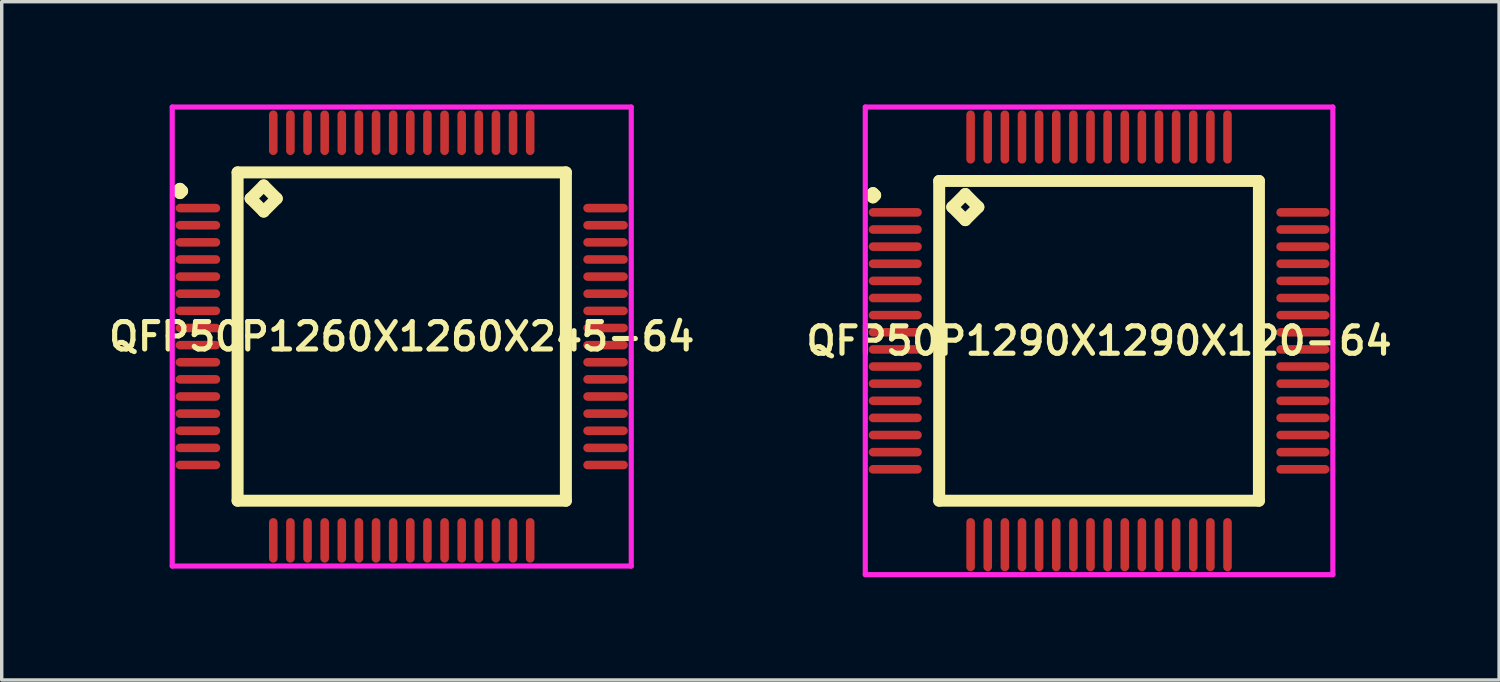
<source format=kicad_pcb>
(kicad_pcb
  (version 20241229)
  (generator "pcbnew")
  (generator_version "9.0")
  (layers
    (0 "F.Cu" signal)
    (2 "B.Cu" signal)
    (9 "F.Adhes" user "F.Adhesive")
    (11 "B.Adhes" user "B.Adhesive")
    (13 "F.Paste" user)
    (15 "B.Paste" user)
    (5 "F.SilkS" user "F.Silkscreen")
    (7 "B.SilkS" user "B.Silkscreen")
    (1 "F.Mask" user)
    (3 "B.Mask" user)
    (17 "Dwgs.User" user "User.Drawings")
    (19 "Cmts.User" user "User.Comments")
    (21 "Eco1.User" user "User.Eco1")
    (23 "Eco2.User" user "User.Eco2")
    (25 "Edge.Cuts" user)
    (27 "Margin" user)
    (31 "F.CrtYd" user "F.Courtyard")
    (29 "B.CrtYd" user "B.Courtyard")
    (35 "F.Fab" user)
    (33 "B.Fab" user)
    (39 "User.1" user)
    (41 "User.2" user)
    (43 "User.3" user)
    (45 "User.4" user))
  (footprint "QFP50P1260X1260X245-64"
    (layer "F.Cu")
    (at 8.678 6.775)
    (property "Reference" "QFP50P1260X1260X245-64" (at 0 0 0) (layer "F.SilkS") (effects (font (size 0.8 0.8) (thickness 0.15))))
    (attr smd)
    (fp_line (start -6.537 -4.25) (end -6.475 -4.312) (stroke (width 0.35) (type solid)) (layer "F.SilkS"))
    (fp_line (start -6.475 -4.312) (end -6.412 -4.25) (stroke (width 0.35) (type solid)) (layer "F.SilkS"))
    (fp_line (start -6.475 -4.188) (end -6.537 -4.25) (stroke (width 0.35) (type solid)) (layer "F.SilkS"))
    (fp_line (start -6.412 -4.25) (end -6.475 -4.188) (stroke (width 0.35) (type solid)) (layer "F.SilkS"))
    (fp_line (start -4.792 -4.792) (end -4.792 4.792) (stroke (width 0.35) (type solid)) (layer "F.SilkS"))
    (fp_line (start -4.792 4.792) (end 4.792 4.792) (stroke (width 0.35) (type solid)) (layer "F.SilkS"))
    (fp_line (start -4.411 -4.03) (end -4.03 -4.411) (stroke (width 0.35) (type solid)) (layer "F.SilkS"))
    (fp_line (start -4.03 -4.411) (end -3.649 -4.03) (stroke (width 0.35) (type solid)) (layer "F.SilkS"))
    (fp_line (start -4.03 -3.649) (end -4.411 -4.03) (stroke (width 0.35) (type solid)) (layer "F.SilkS"))
    (fp_line (start -3.649 -4.03) (end -4.03 -3.649) (stroke (width 0.35) (type solid)) (layer "F.SilkS"))
    (fp_line (start 4.792 -4.792) (end -4.792 -4.792) (stroke (width 0.35) (type solid)) (layer "F.SilkS"))
    (fp_line (start 4.792 4.792) (end 4.792 -4.792) (stroke (width 0.35) (type solid)) (layer "F.SilkS"))
    (fp_line (start -6.7 -6.7) (end 6.7 -6.7) (stroke (width 0.15) (type solid)) (layer "F.CrtYd"))
    (fp_line (start -6.7 6.7) (end -6.7 -6.7) (stroke (width 0.15) (type solid)) (layer "F.CrtYd"))
    (fp_line (start 6.7 -6.7) (end 6.7 6.7) (stroke (width 0.15) (type solid)) (layer "F.CrtYd"))
    (fp_line (start 6.7 6.7) (end -6.7 6.7) (stroke (width 0.15) (type solid)) (layer "F.CrtYd"))
    (pad "1" smd oval (at -5.95 -3.75) (size 1.3 0.25) (layers "F.Cu" "F.Mask" "F.Paste"))
    (pad "2" smd oval (at -5.95 -3.25) (size 1.3 0.25) (layers "F.Cu" "F.Mask" "F.Paste"))
    (pad "3" smd oval (at -5.95 -2.75) (size 1.3 0.25) (layers "F.Cu" "F.Mask" "F.Paste"))
    (pad "4" smd oval (at -5.95 -2.25) (size 1.3 0.25) (layers "F.Cu" "F.Mask" "F.Paste"))
    (pad "5" smd oval (at -5.95 -1.75) (size 1.3 0.25) (layers "F.Cu" "F.Mask" "F.Paste"))
    (pad "6" smd oval (at -5.95 -1.25) (size 1.3 0.25) (layers "F.Cu" "F.Mask" "F.Paste"))
    (pad "7" smd oval (at -5.95 -0.75) (size 1.3 0.25) (layers "F.Cu" "F.Mask" "F.Paste"))
    (pad "8" smd oval (at -5.95 -0.25) (size 1.3 0.25) (layers "F.Cu" "F.Mask" "F.Paste"))
    (pad "9" smd oval (at -5.95 0.25) (size 1.3 0.25) (layers "F.Cu" "F.Mask" "F.Paste"))
    (pad "10" smd oval (at -5.95 0.75) (size 1.3 0.25) (layers "F.Cu" "F.Mask" "F.Paste"))
    (pad "11" smd oval (at -5.95 1.25) (size 1.3 0.25) (layers "F.Cu" "F.Mask" "F.Paste"))
    (pad "12" smd oval (at -5.95 1.75) (size 1.3 0.25) (layers "F.Cu" "F.Mask" "F.Paste"))
    (pad "13" smd oval (at -5.95 2.25) (size 1.3 0.25) (layers "F.Cu" "F.Mask" "F.Paste"))
    (pad "14" smd oval (at -5.95 2.75) (size 1.3 0.25) (layers "F.Cu" "F.Mask" "F.Paste"))
    (pad "15" smd oval (at -5.95 3.25) (size 1.3 0.25) (layers "F.Cu" "F.Mask" "F.Paste"))
    (pad "16" smd oval (at -5.95 3.75) (size 1.3 0.25) (layers "F.Cu" "F.Mask" "F.Paste"))
    (pad "17" smd oval (at -3.75 5.95) (size 0.25 1.3) (layers "F.Cu" "F.Mask" "F.Paste"))
    (pad "18" smd oval (at -3.25 5.95) (size 0.25 1.3) (layers "F.Cu" "F.Mask" "F.Paste"))
    (pad "19" smd oval (at -2.75 5.95) (size 0.25 1.3) (layers "F.Cu" "F.Mask" "F.Paste"))
    (pad "20" smd oval (at -2.25 5.95) (size 0.25 1.3) (layers "F.Cu" "F.Mask" "F.Paste"))
    (pad "21" smd oval (at -1.75 5.95) (size 0.25 1.3) (layers "F.Cu" "F.Mask" "F.Paste"))
    (pad "22" smd oval (at -1.25 5.95) (size 0.25 1.3) (layers "F.Cu" "F.Mask" "F.Paste"))
    (pad "23" smd oval (at -0.75 5.95) (size 0.25 1.3) (layers "F.Cu" "F.Mask" "F.Paste"))
    (pad "24" smd oval (at -0.25 5.95) (size 0.25 1.3) (layers "F.Cu" "F.Mask" "F.Paste"))
    (pad "25" smd oval (at 0.25 5.95) (size 0.25 1.3) (layers "F.Cu" "F.Mask" "F.Paste"))
    (pad "26" smd oval (at 0.75 5.95) (size 0.25 1.3) (layers "F.Cu" "F.Mask" "F.Paste"))
    (pad "27" smd oval (at 1.25 5.95) (size 0.25 1.3) (layers "F.Cu" "F.Mask" "F.Paste"))
    (pad "28" smd oval (at 1.75 5.95) (size 0.25 1.3) (layers "F.Cu" "F.Mask" "F.Paste"))
    (pad "29" smd oval (at 2.25 5.95) (size 0.25 1.3) (layers "F.Cu" "F.Mask" "F.Paste"))
    (pad "30" smd oval (at 2.75 5.95) (size 0.25 1.3) (layers "F.Cu" "F.Mask" "F.Paste"))
    (pad "31" smd oval (at 3.25 5.95) (size 0.25 1.3) (layers "F.Cu" "F.Mask" "F.Paste"))
    (pad "32" smd oval (at 3.75 5.95) (size 0.25 1.3) (layers "F.Cu" "F.Mask" "F.Paste"))
    (pad "33" smd oval (at 5.95 3.75) (size 1.3 0.25) (layers "F.Cu" "F.Mask" "F.Paste"))
    (pad "34" smd oval (at 5.95 3.25) (size 1.3 0.25) (layers "F.Cu" "F.Mask" "F.Paste"))
    (pad "35" smd oval (at 5.95 2.75) (size 1.3 0.25) (layers "F.Cu" "F.Mask" "F.Paste"))
    (pad "36" smd oval (at 5.95 2.25) (size 1.3 0.25) (layers "F.Cu" "F.Mask" "F.Paste"))
    (pad "37" smd oval (at 5.95 1.75) (size 1.3 0.25) (layers "F.Cu" "F.Mask" "F.Paste"))
    (pad "38" smd oval (at 5.95 1.25) (size 1.3 0.25) (layers "F.Cu" "F.Mask" "F.Paste"))
    (pad "39" smd oval (at 5.95 0.75) (size 1.3 0.25) (layers "F.Cu" "F.Mask" "F.Paste"))
    (pad "40" smd oval (at 5.95 0.25) (size 1.3 0.25) (layers "F.Cu" "F.Mask" "F.Paste"))
    (pad "41" smd oval (at 5.95 -0.25) (size 1.3 0.25) (layers "F.Cu" "F.Mask" "F.Paste"))
    (pad "42" smd oval (at 5.95 -0.75) (size 1.3 0.25) (layers "F.Cu" "F.Mask" "F.Paste"))
    (pad "43" smd oval (at 5.95 -1.25) (size 1.3 0.25) (layers "F.Cu" "F.Mask" "F.Paste"))
    (pad "44" smd oval (at 5.95 -1.75) (size 1.3 0.25) (layers "F.Cu" "F.Mask" "F.Paste"))
    (pad "45" smd oval (at 5.95 -2.25) (size 1.3 0.25) (layers "F.Cu" "F.Mask" "F.Paste"))
    (pad "46" smd oval (at 5.95 -2.75) (size 1.3 0.25) (layers "F.Cu" "F.Mask" "F.Paste"))
    (pad "47" smd oval (at 5.95 -3.25) (size 1.3 0.25) (layers "F.Cu" "F.Mask" "F.Paste"))
    (pad "48" smd oval (at 5.95 -3.75) (size 1.3 0.25) (layers "F.Cu" "F.Mask" "F.Paste"))
    (pad "49" smd oval (at 3.75 -5.95) (size 0.25 1.3) (layers "F.Cu" "F.Mask" "F.Paste"))
    (pad "50" smd oval (at 3.25 -5.95) (size 0.25 1.3) (layers "F.Cu" "F.Mask" "F.Paste"))
    (pad "51" smd oval (at 2.75 -5.95) (size 0.25 1.3) (layers "F.Cu" "F.Mask" "F.Paste"))
    (pad "52" smd oval (at 2.25 -5.95) (size 0.25 1.3) (layers "F.Cu" "F.Mask" "F.Paste"))
    (pad "53" smd oval (at 1.75 -5.95) (size 0.25 1.3) (layers "F.Cu" "F.Mask" "F.Paste"))
    (pad "54" smd oval (at 1.25 -5.95) (size 0.25 1.3) (layers "F.Cu" "F.Mask" "F.Paste"))
    (pad "55" smd oval (at 0.75 -5.95) (size 0.25 1.3) (layers "F.Cu" "F.Mask" "F.Paste"))
    (pad "56" smd oval (at 0.25 -5.95) (size 0.25 1.3) (layers "F.Cu" "F.Mask" "F.Paste"))
    (pad "57" smd oval (at -0.25 -5.95) (size 0.25 1.3) (layers "F.Cu" "F.Mask" "F.Paste"))
    (pad "58" smd oval (at -0.75 -5.95) (size 0.25 1.3) (layers "F.Cu" "F.Mask" "F.Paste"))
    (pad "59" smd oval (at -1.25 -5.95) (size 0.25 1.3) (layers "F.Cu" "F.Mask" "F.Paste"))
    (pad "60" smd oval (at -1.75 -5.95) (size 0.25 1.3) (layers "F.Cu" "F.Mask" "F.Paste"))
    (pad "61" smd oval (at -2.25 -5.95) (size 0.25 1.3) (layers "F.Cu" "F.Mask" "F.Paste"))
    (pad "62" smd oval (at -2.75 -5.95) (size 0.25 1.3) (layers "F.Cu" "F.Mask" "F.Paste"))
    (pad "63" smd oval (at -3.25 -5.95) (size 0.25 1.3) (layers "F.Cu" "F.Mask" "F.Paste"))
    (pad "64" smd oval (at -3.75 -5.95) (size 0.25 1.3) (layers "F.Cu" "F.Mask" "F.Paste")))
  (footprint "QFP50P1290X1290X120-64"
    (layer "F.Cu")
    (at 29.035 6.9)
    (property "Reference" "QFP50P1290X1290X120-64" (at 0 0 0) (layer "F.SilkS") (effects (font (size 0.8 0.8) (thickness 0.15))))
    (attr smd)
    (fp_line (start -6.662 -4.25) (end -6.6 -4.312) (stroke (width 0.35) (type solid)) (layer "F.SilkS"))
    (fp_line (start -6.6 -4.312) (end -6.537 -4.25) (stroke (width 0.35) (type solid)) (layer "F.SilkS"))
    (fp_line (start -6.6 -4.188) (end -6.662 -4.25) (stroke (width 0.35) (type solid)) (layer "F.SilkS"))
    (fp_line (start -6.537 -4.25) (end -6.6 -4.188) (stroke (width 0.35) (type solid)) (layer "F.SilkS"))
    (fp_line (start -4.667 -4.667) (end -4.667 4.667) (stroke (width 0.35) (type solid)) (layer "F.SilkS"))
    (fp_line (start -4.667 4.667) (end 4.667 4.667) (stroke (width 0.35) (type solid)) (layer "F.SilkS"))
    (fp_line (start -4.286 -3.905) (end -3.905 -4.286) (stroke (width 0.35) (type solid)) (layer "F.SilkS"))
    (fp_line (start -3.905 -4.286) (end -3.524 -3.905) (stroke (width 0.35) (type solid)) (layer "F.SilkS"))
    (fp_line (start -3.905 -3.524) (end -4.286 -3.905) (stroke (width 0.35) (type solid)) (layer "F.SilkS"))
    (fp_line (start -3.524 -3.905) (end -3.905 -3.524) (stroke (width 0.35) (type solid)) (layer "F.SilkS"))
    (fp_line (start 4.667 -4.667) (end -4.667 -4.667) (stroke (width 0.35) (type solid)) (layer "F.SilkS"))
    (fp_line (start 4.667 4.667) (end 4.667 -4.667) (stroke (width 0.35) (type solid)) (layer "F.SilkS"))
    (fp_line (start -6.825 -6.825) (end 6.825 -6.825) (stroke (width 0.15) (type solid)) (layer "F.CrtYd"))
    (fp_line (start -6.825 6.825) (end -6.825 -6.825) (stroke (width 0.15) (type solid)) (layer "F.CrtYd"))
    (fp_line (start 6.825 -6.825) (end 6.825 6.825) (stroke (width 0.15) (type solid)) (layer "F.CrtYd"))
    (fp_line (start 6.825 6.825) (end -6.825 6.825) (stroke (width 0.15) (type solid)) (layer "F.CrtYd"))
    (pad "1" smd oval (at -5.95 -3.75) (size 1.55 0.25) (layers "F.Cu" "F.Mask" "F.Paste"))
    (pad "2" smd oval (at -5.95 -3.25) (size 1.55 0.25) (layers "F.Cu" "F.Mask" "F.Paste"))
    (pad "3" smd oval (at -5.95 -2.75) (size 1.55 0.25) (layers "F.Cu" "F.Mask" "F.Paste"))
    (pad "4" smd oval (at -5.95 -2.25) (size 1.55 0.25) (layers "F.Cu" "F.Mask" "F.Paste"))
    (pad "5" smd oval (at -5.95 -1.75) (size 1.55 0.25) (layers "F.Cu" "F.Mask" "F.Paste"))
    (pad "6" smd oval (at -5.95 -1.25) (size 1.55 0.25) (layers "F.Cu" "F.Mask" "F.Paste"))
    (pad "7" smd oval (at -5.95 -0.75) (size 1.55 0.25) (layers "F.Cu" "F.Mask" "F.Paste"))
    (pad "8" smd oval (at -5.95 -0.25) (size 1.55 0.25) (layers "F.Cu" "F.Mask" "F.Paste"))
    (pad "9" smd oval (at -5.95 0.25) (size 1.55 0.25) (layers "F.Cu" "F.Mask" "F.Paste"))
    (pad "10" smd oval (at -5.95 0.75) (size 1.55 0.25) (layers "F.Cu" "F.Mask" "F.Paste"))
    (pad "11" smd oval (at -5.95 1.25) (size 1.55 0.25) (layers "F.Cu" "F.Mask" "F.Paste"))
    (pad "12" smd oval (at -5.95 1.75) (size 1.55 0.25) (layers "F.Cu" "F.Mask" "F.Paste"))
    (pad "13" smd oval (at -5.95 2.25) (size 1.55 0.25) (layers "F.Cu" "F.Mask" "F.Paste"))
    (pad "14" smd oval (at -5.95 2.75) (size 1.55 0.25) (layers "F.Cu" "F.Mask" "F.Paste"))
    (pad "15" smd oval (at -5.95 3.25) (size 1.55 0.25) (layers "F.Cu" "F.Mask" "F.Paste"))
    (pad "16" smd oval (at -5.95 3.75) (size 1.55 0.25) (layers "F.Cu" "F.Mask" "F.Paste"))
    (pad "17" smd oval (at -3.75 5.95) (size 0.25 1.55) (layers "F.Cu" "F.Mask" "F.Paste"))
    (pad "18" smd oval (at -3.25 5.95) (size 0.25 1.55) (layers "F.Cu" "F.Mask" "F.Paste"))
    (pad "19" smd oval (at -2.75 5.95) (size 0.25 1.55) (layers "F.Cu" "F.Mask" "F.Paste"))
    (pad "20" smd oval (at -2.25 5.95) (size 0.25 1.55) (layers "F.Cu" "F.Mask" "F.Paste"))
    (pad "21" smd oval (at -1.75 5.95) (size 0.25 1.55) (layers "F.Cu" "F.Mask" "F.Paste"))
    (pad "22" smd oval (at -1.25 5.95) (size 0.25 1.55) (layers "F.Cu" "F.Mask" "F.Paste"))
    (pad "23" smd oval (at -0.75 5.95) (size 0.25 1.55) (layers "F.Cu" "F.Mask" "F.Paste"))
    (pad "24" smd oval (at -0.25 5.95) (size 0.25 1.55) (layers "F.Cu" "F.Mask" "F.Paste"))
    (pad "25" smd oval (at 0.25 5.95) (size 0.25 1.55) (layers "F.Cu" "F.Mask" "F.Paste"))
    (pad "26" smd oval (at 0.75 5.95) (size 0.25 1.55) (layers "F.Cu" "F.Mask" "F.Paste"))
    (pad "27" smd oval (at 1.25 5.95) (size 0.25 1.55) (layers "F.Cu" "F.Mask" "F.Paste"))
    (pad "28" smd oval (at 1.75 5.95) (size 0.25 1.55) (layers "F.Cu" "F.Mask" "F.Paste"))
    (pad "29" smd oval (at 2.25 5.95) (size 0.25 1.55) (layers "F.Cu" "F.Mask" "F.Paste"))
    (pad "30" smd oval (at 2.75 5.95) (size 0.25 1.55) (layers "F.Cu" "F.Mask" "F.Paste"))
    (pad "31" smd oval (at 3.25 5.95) (size 0.25 1.55) (layers "F.Cu" "F.Mask" "F.Paste"))
    (pad "32" smd oval (at 3.75 5.95) (size 0.25 1.55) (layers "F.Cu" "F.Mask" "F.Paste"))
    (pad "33" smd oval (at 5.95 3.75) (size 1.55 0.25) (layers "F.Cu" "F.Mask" "F.Paste"))
    (pad "34" smd oval (at 5.95 3.25) (size 1.55 0.25) (layers "F.Cu" "F.Mask" "F.Paste"))
    (pad "35" smd oval (at 5.95 2.75) (size 1.55 0.25) (layers "F.Cu" "F.Mask" "F.Paste"))
    (pad "36" smd oval (at 5.95 2.25) (size 1.55 0.25) (layers "F.Cu" "F.Mask" "F.Paste"))
    (pad "37" smd oval (at 5.95 1.75) (size 1.55 0.25) (layers "F.Cu" "F.Mask" "F.Paste"))
    (pad "38" smd oval (at 5.95 1.25) (size 1.55 0.25) (layers "F.Cu" "F.Mask" "F.Paste"))
    (pad "39" smd oval (at 5.95 0.75) (size 1.55 0.25) (layers "F.Cu" "F.Mask" "F.Paste"))
    (pad "40" smd oval (at 5.95 0.25) (size 1.55 0.25) (layers "F.Cu" "F.Mask" "F.Paste"))
    (pad "41" smd oval (at 5.95 -0.25) (size 1.55 0.25) (layers "F.Cu" "F.Mask" "F.Paste"))
    (pad "42" smd oval (at 5.95 -0.75) (size 1.55 0.25) (layers "F.Cu" "F.Mask" "F.Paste"))
    (pad "43" smd oval (at 5.95 -1.25) (size 1.55 0.25) (layers "F.Cu" "F.Mask" "F.Paste"))
    (pad "44" smd oval (at 5.95 -1.75) (size 1.55 0.25) (layers "F.Cu" "F.Mask" "F.Paste"))
    (pad "45" smd oval (at 5.95 -2.25) (size 1.55 0.25) (layers "F.Cu" "F.Mask" "F.Paste"))
    (pad "46" smd oval (at 5.95 -2.75) (size 1.55 0.25) (layers "F.Cu" "F.Mask" "F.Paste"))
    (pad "47" smd oval (at 5.95 -3.25) (size 1.55 0.25) (layers "F.Cu" "F.Mask" "F.Paste"))
    (pad "48" smd oval (at 5.95 -3.75) (size 1.55 0.25) (layers "F.Cu" "F.Mask" "F.Paste"))
    (pad "49" smd oval (at 3.75 -5.95) (size 0.25 1.55) (layers "F.Cu" "F.Mask" "F.Paste"))
    (pad "50" smd oval (at 3.25 -5.95) (size 0.25 1.55) (layers "F.Cu" "F.Mask" "F.Paste"))
    (pad "51" smd oval (at 2.75 -5.95) (size 0.25 1.55) (layers "F.Cu" "F.Mask" "F.Paste"))
    (pad "52" smd oval (at 2.25 -5.95) (size 0.25 1.55) (layers "F.Cu" "F.Mask" "F.Paste"))
    (pad "53" smd oval (at 1.75 -5.95) (size 0.25 1.55) (layers "F.Cu" "F.Mask" "F.Paste"))
    (pad "54" smd oval (at 1.25 -5.95) (size 0.25 1.55) (layers "F.Cu" "F.Mask" "F.Paste"))
    (pad "55" smd oval (at 0.75 -5.95) (size 0.25 1.55) (layers "F.Cu" "F.Mask" "F.Paste"))
    (pad "56" smd oval (at 0.25 -5.95) (size 0.25 1.55) (layers "F.Cu" "F.Mask" "F.Paste"))
    (pad "57" smd oval (at -0.25 -5.95) (size 0.25 1.55) (layers "F.Cu" "F.Mask" "F.Paste"))
    (pad "58" smd oval (at -0.75 -5.95) (size 0.25 1.55) (layers "F.Cu" "F.Mask" "F.Paste"))
    (pad "59" smd oval (at -1.25 -5.95) (size 0.25 1.55) (layers "F.Cu" "F.Mask" "F.Paste"))
    (pad "60" smd oval (at -1.75 -5.95) (size 0.25 1.55) (layers "F.Cu" "F.Mask" "F.Paste"))
    (pad "61" smd oval (at -2.25 -5.95) (size 0.25 1.55) (layers "F.Cu" "F.Mask" "F.Paste"))
    (pad "62" smd oval (at -2.75 -5.95) (size 0.25 1.55) (layers "F.Cu" "F.Mask" "F.Paste"))
    (pad "63" smd oval (at -3.25 -5.95) (size 0.25 1.55) (layers "F.Cu" "F.Mask" "F.Paste"))
    (pad "64" smd oval (at -3.75 -5.95) (size 0.25 1.55) (layers "F.Cu" "F.Mask" "F.Paste")))
  (gr_rect
    (start -3 -3)
    (end 40.713 16.8)
    (stroke (width 0.1) (type default))
    (fill no)
    (layer "Edge.Cuts")))
</source>
